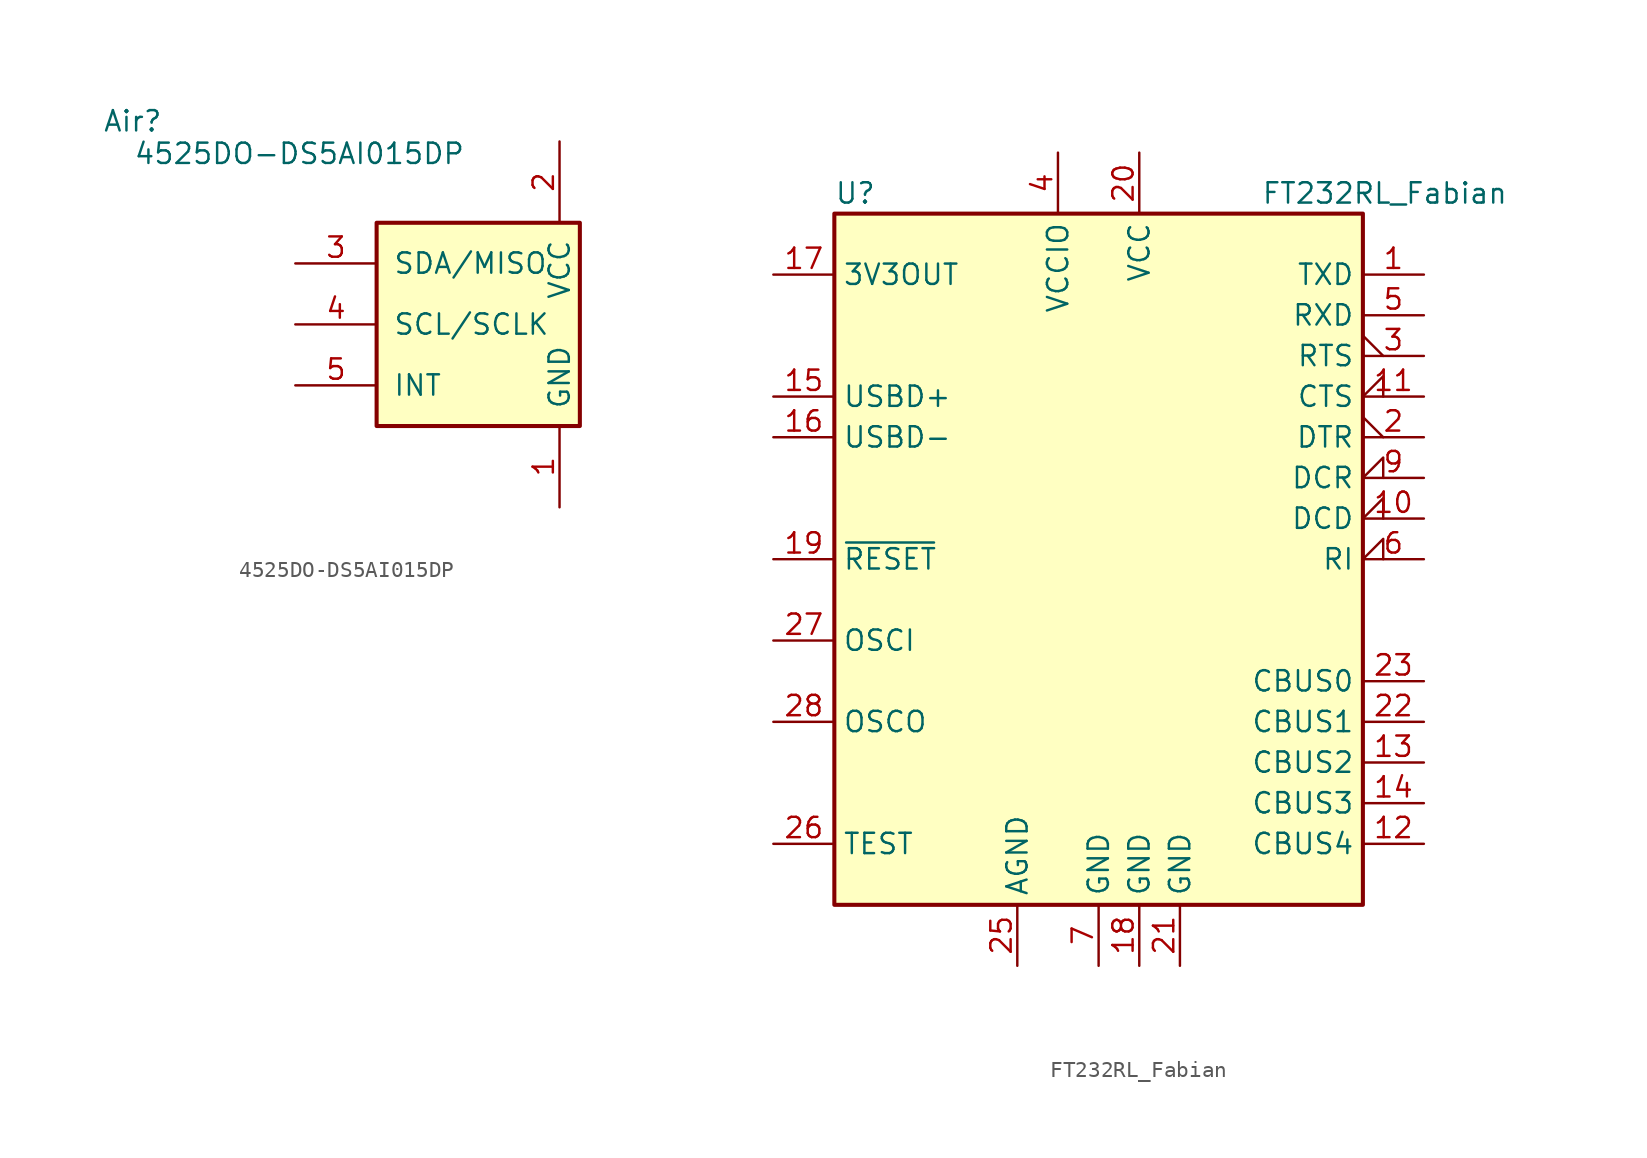
<source format=kicad_sym>
(kicad_symbol_lib
  (version 20231120)
  (generator "kicad_symbol_editor")
  (generator_version "8.0")
  (symbol "4525DO-DS5AI015DP"
    (pin_names
      (offset 1.016))
    (property "Reference" "Air"
      (at -15.24 6.35 0)
      (effects (font (size 1.27 1.27))))
    (property "Value" "4525DO-DS5AI015DP"
      (at -4.826 4.318 0)
      (effects (font (size 1.27 1.27))))
    (symbol "4525DO-DS5AI015DP_1_0"
      (pin passive line (at 11.43 -17.78 90) (length 5.08) (name "GND" (effects (font (size 1.27 1.27)))) (number "1" (effects (font (size 1.27 1.27)))))
      (pin power_in line (at 11.43 5.08 270) (length 5.08) (name "VCC" (effects (font (size 1.27 1.27)))) (number "2" (effects (font (size 1.27 1.27)))))
      (pin passive line (at -5.08 -2.54 0) (length 5.08) (name "SDA/MISO" (effects (font (size 1.27 1.27)))) (number "3" (effects (font (size 1.27 1.27)))))
      (pin passive line (at -5.08 -6.35 0) (length 5.08) (name "SCL/SCLK" (effects (font (size 1.27 1.27)))) (number "4" (effects (font (size 1.27 1.27)))))
      (pin passive line (at -5.08 -10.16 0) (length 5.08) (name "INT" (effects (font (size 1.27 1.27)))) (number "5" (effects (font (size 1.27 1.27)))))
      (pin no_connect line (at 6.35 -12.7 90) (length 5.08) hide (name "NC1" (effects (font (size 1.27 1.27)))) (number "6" (effects (font (size 1.27 1.27)))))
      (pin no_connect line (at 6.35 -12.7 90) (length 5.08) hide (name "NC2" (effects (font (size 1.27 1.27)))) (number "7" (effects (font (size 1.27 1.27)))))
      (pin no_connect line (at 6.35 -12.7 90) (length 5.08) hide (name "NC3" (effects (font (size 1.27 1.27)))) (number "8" (effects (font (size 1.27 1.27))))))
    (symbol "4525DO-DS5AI015DP_1_1"
      (rectangle (start 0 0) (end 12.7 -12.7) (stroke (width 0.254) (type default)) (fill (type background)))))
  (symbol "FT232RL_Fabian"
    (property "Reference" "U"
      (at -16.51 22.86 0)
      (effects (font (size 1.27 1.27)) (justify left)))
    (property "Value" "FT232RL_Fabian"
      (at 10.16 22.86 0)
      (effects (font (size 1.27 1.27)) (justify left)))
    (symbol "FT232RL_Fabian_0_1"
      (rectangle (start -16.51 21.59) (end 16.51 -21.59) (stroke (width 0.254) (type default)) (fill (type background))))
    (symbol "FT232RL_Fabian_1_1"
      (pin output line (at 20.32 17.78 180) (length 3.81) (name "TXD" (effects (font (size 1.27 1.27)))) (number "1" (effects (font (size 1.27 1.27)))))
      (pin input input_low (at 20.32 2.54 180) (length 3.81) (name "DCD" (effects (font (size 1.27 1.27)))) (number "10" (effects (font (size 1.27 1.27)))))
      (pin input input_low (at 20.32 10.16 180) (length 3.81) (name "CTS" (effects (font (size 1.27 1.27)))) (number "11" (effects (font (size 1.27 1.27)))))
      (pin bidirectional line (at 20.32 -17.78 180) (length 3.81) (name "CBUS4" (effects (font (size 1.27 1.27)))) (number "12" (effects (font (size 1.27 1.27)))))
      (pin bidirectional line (at 20.32 -12.7 180) (length 3.81) (name "CBUS2" (effects (font (size 1.27 1.27)))) (number "13" (effects (font (size 1.27 1.27)))))
      (pin bidirectional line (at 20.32 -15.24 180) (length 3.81) (name "CBUS3" (effects (font (size 1.27 1.27)))) (number "14" (effects (font (size 1.27 1.27)))))
      (pin bidirectional line (at -20.32 10.16 0) (length 3.81) (name "USBD+" (effects (font (size 1.27 1.27)))) (number "15" (effects (font (size 1.27 1.27)))))
      (pin bidirectional line (at -20.32 7.62 0) (length 3.81) (name "USBD-" (effects (font (size 1.27 1.27)))) (number "16" (effects (font (size 1.27 1.27)))))
      (pin power_out line (at -20.32 17.78 0) (length 3.81) (name "3V3OUT" (effects (font (size 1.27 1.27)))) (number "17" (effects (font (size 1.27 1.27)))))
      (pin power_in line (at 2.54 -25.4 90) (length 3.81) (name "GND" (effects (font (size 1.27 1.27)))) (number "18" (effects (font (size 1.27 1.27)))))
      (pin input line (at -20.32 0 0) (length 3.81) (name "~{RESET}" (effects (font (size 1.27 1.27)))) (number "19" (effects (font (size 1.27 1.27)))))
      (pin output output_low (at 20.32 7.62 180) (length 3.81) (name "DTR" (effects (font (size 1.27 1.27)))) (number "2" (effects (font (size 1.27 1.27)))))
      (pin power_in line (at 2.54 25.4 270) (length 3.81) (name "VCC" (effects (font (size 1.27 1.27)))) (number "20" (effects (font (size 1.27 1.27)))))
      (pin power_in line (at 5.08 -25.4 90) (length 3.81) (name "GND" (effects (font (size 1.27 1.27)))) (number "21" (effects (font (size 1.27 1.27)))))
      (pin bidirectional line (at 20.32 -10.16 180) (length 3.81) (name "CBUS1" (effects (font (size 1.27 1.27)))) (number "22" (effects (font (size 1.27 1.27)))))
      (pin bidirectional line (at 20.32 -7.62 180) (length 3.81) (name "CBUS0" (effects (font (size 1.27 1.27)))) (number "23" (effects (font (size 1.27 1.27)))))
      (pin no_connect line (at -8.89 -21.59 90) (length 3.81) hide (name "NC" (effects (font (size 1.27 1.27)))) (number "24" (effects (font (size 1.27 1.27)))))
      (pin power_in line (at -5.08 -25.4 90) (length 3.81) (name "AGND" (effects (font (size 1.27 1.27)))) (number "25" (effects (font (size 1.27 1.27)))))
      (pin input line (at -20.32 -17.78 0) (length 3.81) (name "TEST" (effects (font (size 1.27 1.27)))) (number "26" (effects (font (size 1.27 1.27)))))
      (pin input line (at -20.32 -5.08 0) (length 3.81) (name "OSCI" (effects (font (size 1.27 1.27)))) (number "27" (effects (font (size 1.27 1.27)))))
      (pin output line (at -20.32 -10.16 0) (length 3.81) (name "OSCO" (effects (font (size 1.27 1.27)))) (number "28" (effects (font (size 1.27 1.27)))))
      (pin output output_low (at 20.32 12.7 180) (length 3.81) (name "RTS" (effects (font (size 1.27 1.27)))) (number "3" (effects (font (size 1.27 1.27)))))
      (pin power_in line (at -2.54 25.4 270) (length 3.81) (name "VCCIO" (effects (font (size 1.27 1.27)))) (number "4" (effects (font (size 1.27 1.27)))))
      (pin input line (at 20.32 15.24 180) (length 3.81) (name "RXD" (effects (font (size 1.27 1.27)))) (number "5" (effects (font (size 1.27 1.27)))))
      (pin input input_low (at 20.32 0 180) (length 3.81) (name "RI" (effects (font (size 1.27 1.27)))) (number "6" (effects (font (size 1.27 1.27)))))
      (pin power_in line (at 0 -25.4 90) (length 3.81) (name "GND" (effects (font (size 1.27 1.27)))) (number "7" (effects (font (size 1.27 1.27)))))
      (pin no_connect line (at -8.89 -21.59 90) (length 3.81) hide (name "NC" (effects (font (size 1.27 1.27)))) (number "8" (effects (font (size 1.27 1.27)))))
      (pin input input_low (at 20.32 5.08 180) (length 3.81) (name "DCR" (effects (font (size 1.27 1.27)))) (number "9" (effects (font (size 1.27 1.27))))))))
</source>
